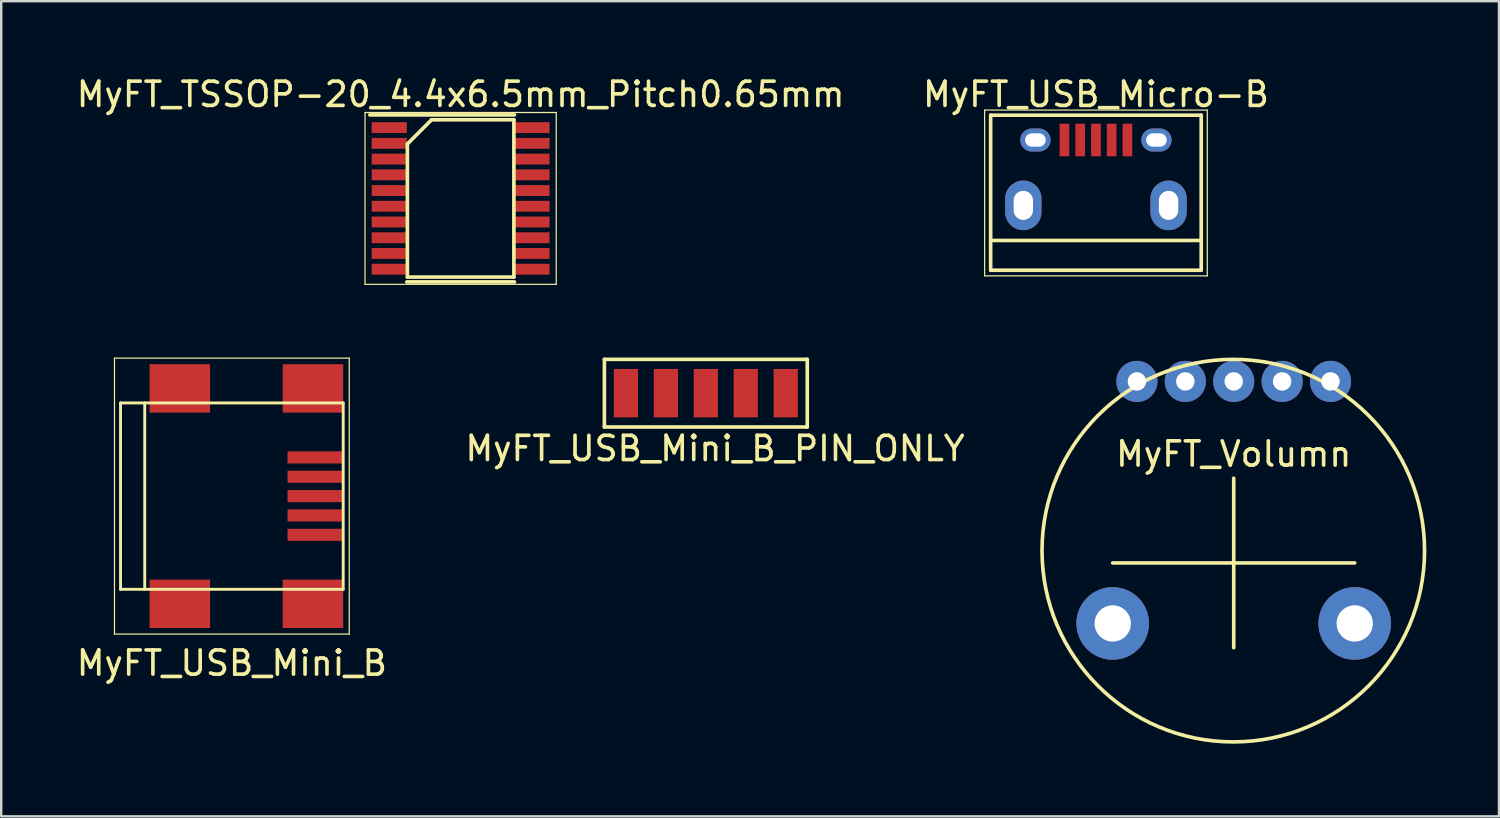
<source format=kicad_pcb>
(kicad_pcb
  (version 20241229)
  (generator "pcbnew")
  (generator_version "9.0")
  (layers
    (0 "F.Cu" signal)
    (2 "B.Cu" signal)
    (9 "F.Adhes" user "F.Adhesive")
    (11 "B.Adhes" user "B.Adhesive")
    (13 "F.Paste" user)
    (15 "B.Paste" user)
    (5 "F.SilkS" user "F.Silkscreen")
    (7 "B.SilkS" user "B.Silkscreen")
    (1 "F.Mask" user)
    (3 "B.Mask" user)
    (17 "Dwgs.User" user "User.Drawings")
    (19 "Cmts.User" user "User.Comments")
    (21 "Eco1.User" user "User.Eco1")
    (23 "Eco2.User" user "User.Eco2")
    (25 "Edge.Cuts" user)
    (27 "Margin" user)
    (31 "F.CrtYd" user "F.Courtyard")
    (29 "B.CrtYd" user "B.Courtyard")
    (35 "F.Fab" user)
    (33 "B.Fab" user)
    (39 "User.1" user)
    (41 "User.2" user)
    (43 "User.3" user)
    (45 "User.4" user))
  (footprint "MyFT_TSSOP-20_4.4x6.5mm_Pitch0.65mm"
    (layer "F.Cu")
    (at 15.982 5.148)
    (property "Reference" "MyFT_TSSOP-20_4.4x6.5mm_Pitch0.65mm" (at 0 -4.3 0) (layer "F.SilkS") (effects (font (size 1 1) (thickness 0.15))))
    (attr smd)
    (fp_line (start -3.95 -3.55) (end -3.95 3.55) (stroke (width 0.05) (type solid)) (layer "F.SilkS"))
    (fp_line (start -3.95 -3.55) (end 3.95 -3.55) (stroke (width 0.05) (type solid)) (layer "F.SilkS"))
    (fp_line (start -3.95 3.55) (end 3.95 3.55) (stroke (width 0.05) (type solid)) (layer "F.SilkS"))
    (fp_line (start -3.75 -3.45) (end 2.225 -3.45) (stroke (width 0.15) (type solid)) (layer "F.SilkS"))
    (fp_line (start -2.225 3.45) (end 2.225 3.45) (stroke (width 0.15) (type solid)) (layer "F.SilkS"))
    (fp_line (start -2.2 -2.25) (end -1.2 -3.25) (stroke (width 0.15) (type solid)) (layer "F.SilkS"))
    (fp_line (start -2.2 3.25) (end -2.2 -2.25) (stroke (width 0.15) (type solid)) (layer "F.SilkS"))
    (fp_line (start -1.2 -3.25) (end 2.2 -3.25) (stroke (width 0.15) (type solid)) (layer "F.SilkS"))
    (fp_line (start 2.2 -3.25) (end 2.2 3.25) (stroke (width 0.15) (type solid)) (layer "F.SilkS"))
    (fp_line (start 2.2 3.25) (end -2.2 3.25) (stroke (width 0.15) (type solid)) (layer "F.SilkS"))
    (fp_line (start 3.95 -3.55) (end 3.95 3.55) (stroke (width 0.05) (type solid)) (layer "F.SilkS"))
    (pad "1" smd rect (at -2.95 -2.925) (size 1.45 0.45) (layers "F.Cu" "F.Mask" "F.Paste"))
    (pad "2" smd rect (at -2.95 -2.275) (size 1.45 0.45) (layers "F.Cu" "F.Mask" "F.Paste"))
    (pad "3" smd rect (at -2.95 -1.625) (size 1.45 0.45) (layers "F.Cu" "F.Mask" "F.Paste"))
    (pad "4" smd rect (at -2.95 -0.975) (size 1.45 0.45) (layers "F.Cu" "F.Mask" "F.Paste"))
    (pad "5" smd rect (at -2.95 -0.325) (size 1.45 0.45) (layers "F.Cu" "F.Mask" "F.Paste"))
    (pad "6" smd rect (at -2.95 0.325) (size 1.45 0.45) (layers "F.Cu" "F.Mask" "F.Paste"))
    (pad "7" smd rect (at -2.95 0.975) (size 1.45 0.45) (layers "F.Cu" "F.Mask" "F.Paste"))
    (pad "8" smd rect (at -2.95 1.625) (size 1.45 0.45) (layers "F.Cu" "F.Mask" "F.Paste"))
    (pad "9" smd rect (at -2.95 2.275) (size 1.45 0.45) (layers "F.Cu" "F.Mask" "F.Paste"))
    (pad "10" smd rect (at -2.95 2.925) (size 1.45 0.45) (layers "F.Cu" "F.Mask" "F.Paste"))
    (pad "11" smd rect (at 2.95 2.925) (size 1.45 0.45) (layers "F.Cu" "F.Mask" "F.Paste"))
    (pad "12" smd rect (at 2.95 2.275) (size 1.45 0.45) (layers "F.Cu" "F.Mask" "F.Paste"))
    (pad "13" smd rect (at 2.95 1.625) (size 1.45 0.45) (layers "F.Cu" "F.Mask" "F.Paste"))
    (pad "14" smd rect (at 2.95 0.975) (size 1.45 0.45) (layers "F.Cu" "F.Mask" "F.Paste"))
    (pad "15" smd rect (at 2.95 0.325) (size 1.45 0.45) (layers "F.Cu" "F.Mask" "F.Paste"))
    (pad "16" smd rect (at 2.95 -0.325) (size 1.45 0.45) (layers "F.Cu" "F.Mask" "F.Paste"))
    (pad "17" smd rect (at 2.95 -0.975) (size 1.45 0.45) (layers "F.Cu" "F.Mask" "F.Paste"))
    (pad "18" smd rect (at 2.95 -1.625) (size 1.45 0.45) (layers "F.Cu" "F.Mask" "F.Paste"))
    (pad "19" smd rect (at 2.95 -2.275) (size 1.45 0.45) (layers "F.Cu" "F.Mask" "F.Paste"))
    (pad "20" smd rect (at 2.95 -2.925) (size 1.45 0.45) (layers "F.Cu" "F.Mask" "F.Paste")))
  (footprint "MyFT_USB_Mini_B"
    (layer "F.Cu")
    (at 7.18 17.448)
    (property "Reference" "MyFT_USB_Mini_B" (at -0.65 6.9 0) (layer "F.SilkS") (effects (font (size 1 1) (thickness 0.15))))
    (attr smd)
    (fp_line (start -5.5 -5.7) (end 4.2 -5.7) (stroke (width 0.05) (type solid)) (layer "F.SilkS"))
    (fp_line (start -5.5 5.7) (end -5.5 -5.7) (stroke (width 0.05) (type solid)) (layer "F.SilkS"))
    (fp_line (start -5.25 -3.85) (end -5.25 3.85) (stroke (width 0.12) (type solid)) (layer "F.SilkS"))
    (fp_line (start -5.25 3.85) (end 3.95 3.85) (stroke (width 0.12) (type solid)) (layer "F.SilkS"))
    (fp_line (start -4.25 -3.85) (end -4.25 3.85) (stroke (width 0.12) (type solid)) (layer "F.SilkS"))
    (fp_line (start 3.95 -3.85) (end -5.25 -3.85) (stroke (width 0.12) (type solid)) (layer "F.SilkS"))
    (fp_line (start 3.95 3.85) (end 3.95 -3.85) (stroke (width 0.12) (type solid)) (layer "F.SilkS"))
    (fp_line (start 4.2 -5.7) (end 4.2 5.7) (stroke (width 0.05) (type solid)) (layer "F.SilkS"))
    (fp_line (start 4.2 5.7) (end -5.5 5.7) (stroke (width 0.05) (type solid)) (layer "F.SilkS"))
    (pad "1" smd rect (at 2.8 -1.6) (size 2.3 0.5) (layers "F.Cu" "F.Mask" "F.Paste"))
    (pad "2" smd rect (at 2.8 -0.8) (size 2.3 0.5) (layers "F.Cu" "F.Mask" "F.Paste"))
    (pad "3" smd rect (at 2.8 0) (size 2.3 0.5) (layers "F.Cu" "F.Mask" "F.Paste"))
    (pad "4" smd rect (at 2.8 0.8) (size 2.3 0.5) (layers "F.Cu" "F.Mask" "F.Paste"))
    (pad "5" smd rect (at 2.8 1.6) (size 2.3 0.5) (layers "F.Cu" "F.Mask" "F.Paste"))
    (pad "6" smd rect (at -2.8 -4.45) (size 2.5 2) (layers "F.Cu" "F.Mask" "F.Paste"))
    (pad "6" smd rect (at -2.8 4.45) (size 2.5 2) (layers "F.Cu" "F.Mask" "F.Paste"))
    (pad "6" smd rect (at 2.7 -4.45) (size 2.5 2) (layers "F.Cu" "F.Mask" "F.Paste"))
    (pad "6" smd rect (at 2.7 4.45) (size 2.5 2) (layers "F.Cu" "F.Mask" "F.Paste")))
  (footprint "MyFT_Volumn"
    (layer "F.Cu")
    (at 47.906 20.209)
    (property "Reference" "MyFT_Volumn" (at 0.018 -4.5 0) (layer "F.SilkS") (effects (font (size 1 1) (thickness 0.15))))
    (attr through_hole)
    (fp_line (start 0.018 3.5) (end 0.018 -3.5) (stroke (width 0.15) (type solid)) (layer "F.SilkS"))
    (fp_line (start 5.018 0) (end -4.982 0) (stroke (width 0.15) (type solid)) (layer "F.SilkS"))
    (fp_circle (center 0 -0.508) (end 5.588 5.08) (stroke (width 0.15) (type solid)) (fill no) (layer "F.SilkS"))
    (pad "1" thru_hole circle (at 4.018 -7.5 180) (size 1.7 1.7) (drill 0.762) (layers "*.Cu" "*.Mask"))
    (pad "2" thru_hole circle (at 2.018 -7.5 180) (size 1.7 1.7) (drill 0.762) (layers "*.Cu" "*.Mask"))
    (pad "3" thru_hole circle (at 0.018 -7.5 180) (size 1.7 1.7) (drill 0.762) (layers "*.Cu" "*.Mask"))
    (pad "4" thru_hole circle (at -1.982 -7.5 180) (size 1.7 1.7) (drill 0.762) (layers "*.Cu" "*.Mask"))
    (pad "5" thru_hole circle (at -3.982 -7.5 180) (size 1.7 1.7) (drill 0.762) (layers "*.Cu" "*.Mask"))
    (pad "6" thru_hole circle (at 5.018 2.5 180) (size 3 3) (drill 1.5) (layers "*.Cu" "*.Mask"))
    (pad "7" thru_hole circle (at -4.982 2.5 180) (size 3 3) (drill 1.5) (layers "*.Cu" "*.Mask")))
  (footprint "MyFT_USB_Mini_B_PIN_ONLY"
    (layer "F.Cu")
    (at 26.24 13.195)
    (property "Reference" "MyFT_USB_Mini_B_PIN_ONLY" (at 0.254 2.286 0) (layer "F.SilkS") (effects (font (size 1 1) (thickness 0.15))))
    (attr smd)
    (fp_line (start -4.318 -1.397) (end 4.064 -1.397) (stroke (width 0.15) (type solid)) (layer "F.SilkS"))
    (fp_line (start -4.318 1.397) (end -4.318 -1.397) (stroke (width 0.15) (type solid)) (layer "F.SilkS"))
    (fp_line (start 4.064 -1.397) (end 4.064 1.397) (stroke (width 0.15) (type solid)) (layer "F.SilkS"))
    (fp_line (start 4.064 1.397) (end -4.318 1.397) (stroke (width 0.15) (type solid)) (layer "F.SilkS"))
    (pad "1" smd rect (at -3.429 0 90) (size 2 1) (layers "F.Cu" "F.Mask" "F.Paste"))
    (pad "2" smd rect (at -1.778 0 90) (size 2 1) (layers "F.Cu" "F.Mask" "F.Paste"))
    (pad "3" smd rect (at -0.127 0 90) (size 2 1) (layers "F.Cu" "F.Mask" "F.Paste"))
    (pad "4" smd rect (at 1.524 0 90) (size 2 1) (layers "F.Cu" "F.Mask" "F.Paste"))
    (pad "5" smd rect (at 3.175 0 90) (size 2 1) (layers "F.Cu" "F.Mask" "F.Paste")))
  (footprint "MyFT_USB_Micro-B"
    (layer "F.Cu")
    (at 42.232 4.298)
    (property "Reference" "MyFT_USB_Micro-B" (at 0 -3.45 0) (layer "F.SilkS") (effects (font (size 1 1) (thickness 0.15))))
    (attr smd)
    (fp_line (start -4.6 -2.8) (end 4.6 -2.8) (stroke (width 0.05) (type solid)) (layer "F.SilkS"))
    (fp_line (start -4.6 4.05) (end -4.6 -2.8) (stroke (width 0.05) (type solid)) (layer "F.SilkS"))
    (fp_line (start -4.351 -2.588) (end 4.349 -2.588) (stroke (width 0.15) (type solid)) (layer "F.SilkS"))
    (fp_line (start -4.351 3.817) (end -4.351 -2.588) (stroke (width 0.15) (type solid)) (layer "F.SilkS"))
    (fp_line (start -4.351 3.817) (end 4.349 3.817) (stroke (width 0.15) (type solid)) (layer "F.SilkS"))
    (fp_line (start 4.349 -2.588) (end 4.349 3.817) (stroke (width 0.15) (type solid)) (layer "F.SilkS"))
    (fp_line (start 4.349 2.587) (end -4.351 2.587) (stroke (width 0.15) (type solid)) (layer "F.SilkS"))
    (fp_line (start 4.6 -2.8) (end 4.6 4.05) (stroke (width 0.05) (type solid)) (layer "F.SilkS"))
    (fp_line (start 4.6 4.05) (end -4.6 4.05) (stroke (width 0.05) (type solid)) (layer "F.SilkS"))
    (pad "1" smd rect (at -1.301 -1.563 90) (size 1.35 0.4) (layers "F.Cu" "F.Mask" "F.Paste"))
    (pad "2" smd rect (at -0.651 -1.563 90) (size 1.35 0.4) (layers "F.Cu" "F.Mask" "F.Paste"))
    (pad "3" smd rect (at -0.001 -1.563 90) (size 1.35 0.4) (layers "F.Cu" "F.Mask" "F.Paste"))
    (pad "4" smd rect (at 0.649 -1.563 90) (size 1.35 0.4) (layers "F.Cu" "F.Mask" "F.Paste"))
    (pad "5" smd rect (at 1.299 -1.563 90) (size 1.35 0.4) (layers "F.Cu" "F.Mask" "F.Paste"))
    (pad "6" thru_hole oval (at -3.001 1.137 90) (size 2.05 1.5) (drill oval 1.2 0.8) (layers "*.Cu" "*.Mask"))
    (pad "6" thru_hole oval (at -2.501 -1.563 90) (size 0.95 1.25) (drill oval 0.55 0.85) (layers "*.Cu" "*.Mask"))
    (pad "6" thru_hole oval (at 2.499 -1.563 90) (size 0.95 1.25) (drill oval 0.55 0.85) (layers "*.Cu" "*.Mask"))
    (pad "6" thru_hole oval (at 3 1.137 90) (size 2.05 1.5) (drill oval 1.2 0.8) (layers "*.Cu" "*.Mask")))
  (gr_rect
    (start -3 -3)
    (end 58.884 30.678)
    (stroke (width 0.1) (type default))
    (fill no)
    (layer "Edge.Cuts")))
</source>
